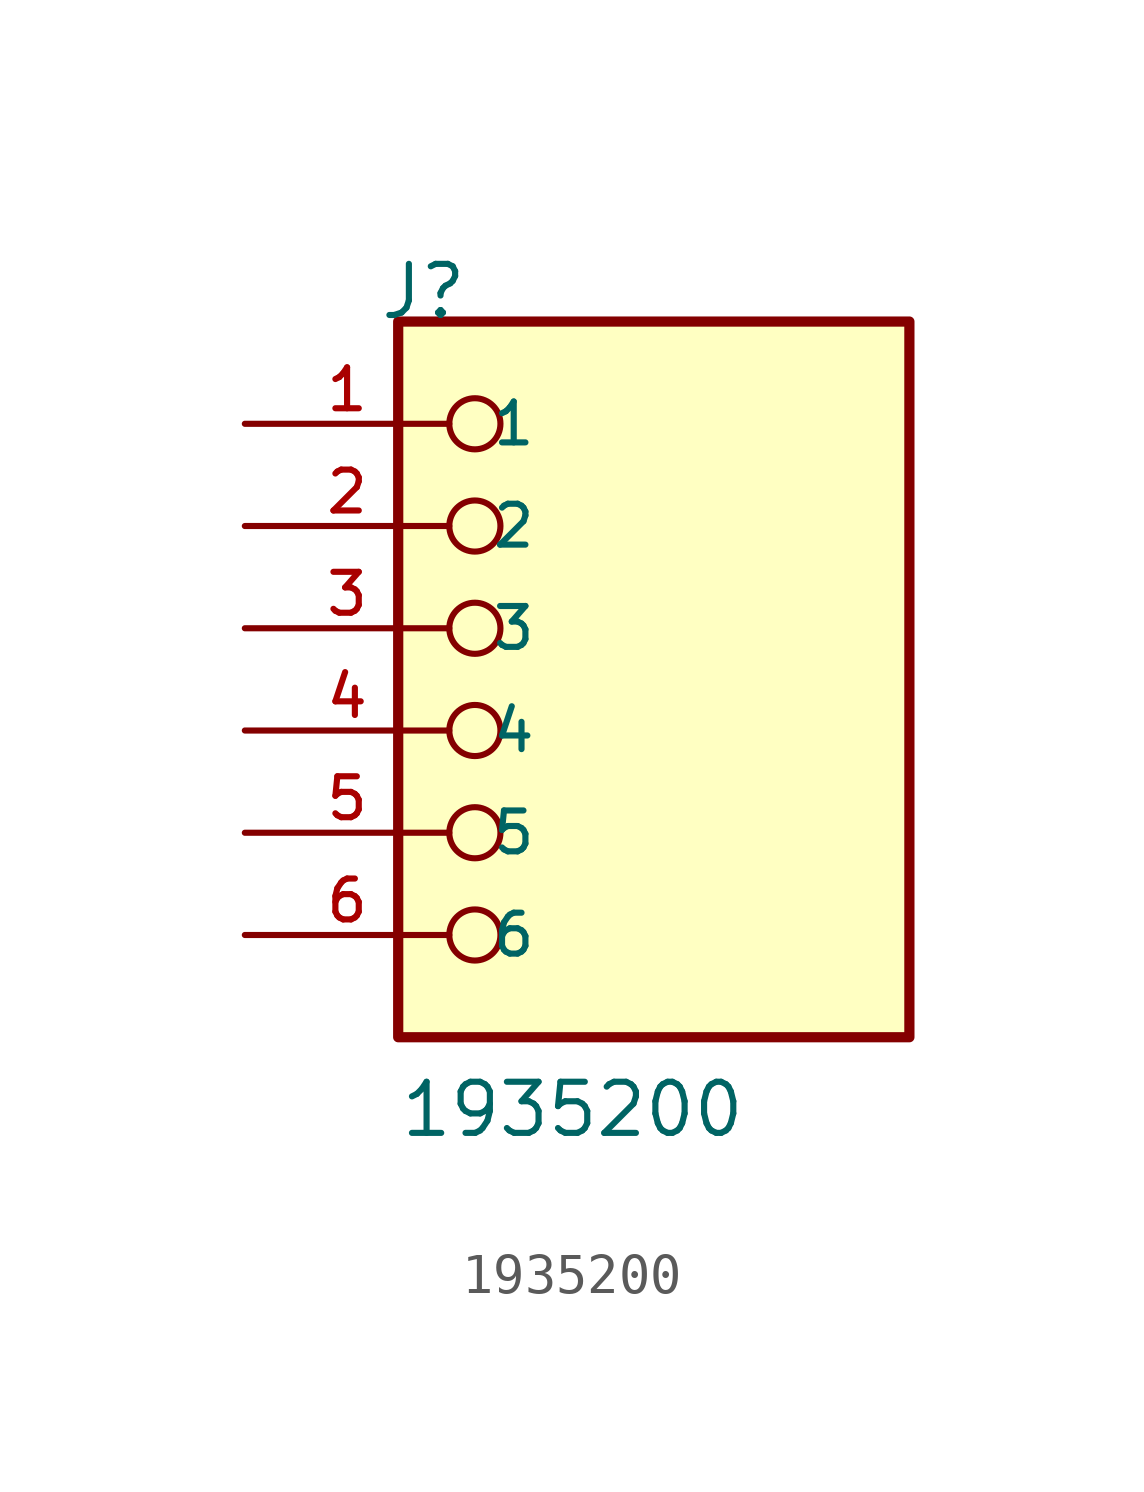
<source format=kicad_sym>
(kicad_symbol_lib
  (version 20211014)
  (generator kicad_symbol_editor)
  (symbol "1935200"
    (pin_names
      (offset 1.016))
    (property "Reference" "J"
      (at -6.85 10.16 0)
      (effects (font (size 1.27 1.27)) (justify bottom left)))
    (property "Value" "1935200"
      (at -6.35 -10.16 0)
      (effects (font (size 1.27 1.27)) (justify bottom left)))
    (symbol "1935200_0_0"
      (circle (center -4.445 7.62) (radius 0.635) (stroke (width 0.152)) (fill (type none)))
      (circle (center -4.445 5.08) (radius 0.635) (stroke (width 0.152)) (fill (type none)))
      (circle (center -4.445 2.54) (radius 0.635) (stroke (width 0.152)) (fill (type none)))
      (circle (center -4.445 0.0) (radius 0.635) (stroke (width 0.152)) (fill (type none)))
      (circle (center -4.445 -2.54) (radius 0.635) (stroke (width 0.152)) (fill (type none)))
      (circle (center -4.445 -5.08) (radius 0.635) (stroke (width 0.152)) (fill (type none)))
      (rectangle (start -6.35 -7.62) (end 6.35 10.16) (stroke (width 0.254)) (fill (type background)))
      (pin passive line (at -10.16 7.62 0) (length 5.08) (name "1" (effects (font (size 1.016 1.016)))) (number "1" (effects (font (size 1.016 1.016)))))
      (pin passive line (at -10.16 5.08 0) (length 5.08) (name "2" (effects (font (size 1.016 1.016)))) (number "2" (effects (font (size 1.016 1.016)))))
      (pin passive line (at -10.16 2.54 0) (length 5.08) (name "3" (effects (font (size 1.016 1.016)))) (number "3" (effects (font (size 1.016 1.016)))))
      (pin passive line (at -10.16 0.0 0) (length 5.08) (name "4" (effects (font (size 1.016 1.016)))) (number "4" (effects (font (size 1.016 1.016)))))
      (pin passive line (at -10.16 -2.54 0) (length 5.08) (name "5" (effects (font (size 1.016 1.016)))) (number "5" (effects (font (size 1.016 1.016)))))
      (pin passive line (at -10.16 -5.08 0) (length 5.08) (name "6" (effects (font (size 1.016 1.016)))) (number "6" (effects (font (size 1.016 1.016))))))))
</source>
